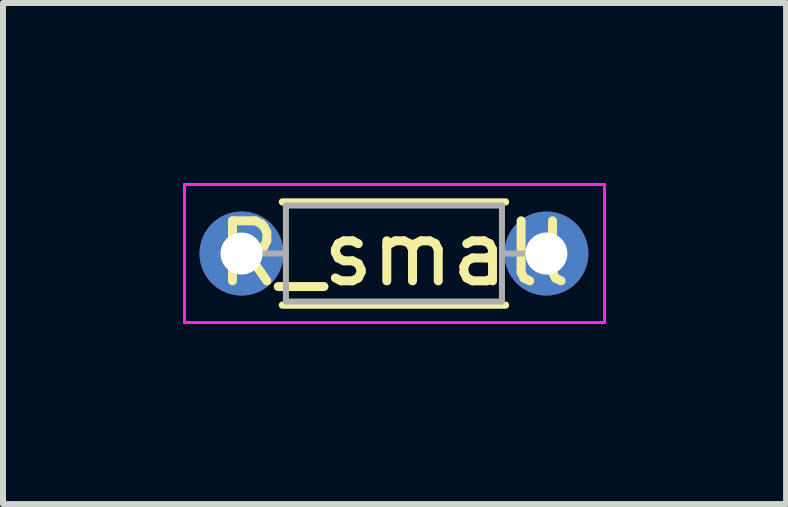
<source format=kicad_pcb>
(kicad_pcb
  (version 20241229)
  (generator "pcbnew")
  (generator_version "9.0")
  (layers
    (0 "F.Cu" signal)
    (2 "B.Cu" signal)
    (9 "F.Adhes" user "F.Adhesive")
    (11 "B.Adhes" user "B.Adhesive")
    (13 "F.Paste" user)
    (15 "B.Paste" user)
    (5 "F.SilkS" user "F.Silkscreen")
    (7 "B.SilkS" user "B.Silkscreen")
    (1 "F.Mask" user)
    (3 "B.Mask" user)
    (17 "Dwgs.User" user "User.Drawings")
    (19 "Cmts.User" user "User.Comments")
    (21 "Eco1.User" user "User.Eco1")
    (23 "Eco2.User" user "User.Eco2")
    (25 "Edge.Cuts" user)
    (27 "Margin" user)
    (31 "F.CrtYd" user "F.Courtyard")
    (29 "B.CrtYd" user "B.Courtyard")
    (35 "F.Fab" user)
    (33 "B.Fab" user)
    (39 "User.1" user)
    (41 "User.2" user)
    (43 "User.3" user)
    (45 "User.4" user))
  (footprint "R_small"
    (layer "F.Cu")
    (at 0.975 1.175)
    (property "Reference" "R_small" (at 2.54 0 0) (layer "F.SilkS") (effects (font (size 1 1) (thickness 0.15))))
    (attr through_hole)
    (fp_line (start 0.68 -0.86) (end 4.4 -0.86) (stroke (width 0.12) (type solid)) (layer "F.SilkS"))
    (fp_line (start 0.68 0.86) (end 4.4 0.86) (stroke (width 0.12) (type solid)) (layer "F.SilkS"))
    (fp_line (start -0.95 -1.15) (end -0.95 1.15) (stroke (width 0.05) (type solid)) (layer "F.CrtYd"))
    (fp_line (start -0.95 1.15) (end 6.05 1.15) (stroke (width 0.05) (type solid)) (layer "F.CrtYd"))
    (fp_line (start 6.05 -1.15) (end -0.95 -1.15) (stroke (width 0.05) (type solid)) (layer "F.CrtYd"))
    (fp_line (start 6.05 1.15) (end 6.05 -1.15) (stroke (width 0.05) (type solid)) (layer "F.CrtYd"))
    (fp_line (start 0 0) (end 0.74 0) (stroke (width 0.1) (type solid)) (layer "F.Fab"))
    (fp_line (start 0.74 -0.8) (end 0.74 0.8) (stroke (width 0.1) (type solid)) (layer "F.Fab"))
    (fp_line (start 0.74 0.8) (end 4.34 0.8) (stroke (width 0.1) (type solid)) (layer "F.Fab"))
    (fp_line (start 4.34 -0.8) (end 0.74 -0.8) (stroke (width 0.1) (type solid)) (layer "F.Fab"))
    (fp_line (start 4.34 0.8) (end 4.34 -0.8) (stroke (width 0.1) (type solid)) (layer "F.Fab"))
    (fp_line (start 5.08 0) (end 4.34 0) (stroke (width 0.1) (type solid)) (layer "F.Fab"))
    (pad "1" thru_hole circle (at 0 0) (size 1.4 1.4) (drill 0.7) (layers "*.Cu" "*.Mask"))
    (pad "2" thru_hole oval (at 5.08 0) (size 1.4 1.4) (drill 0.7) (layers "*.Cu" "*.Mask")))
  (gr_rect
    (start -3 -3)
    (end 10.05 5.35)
    (stroke (width 0.1) (type default))
    (fill no)
    (layer "Edge.Cuts")))
</source>
